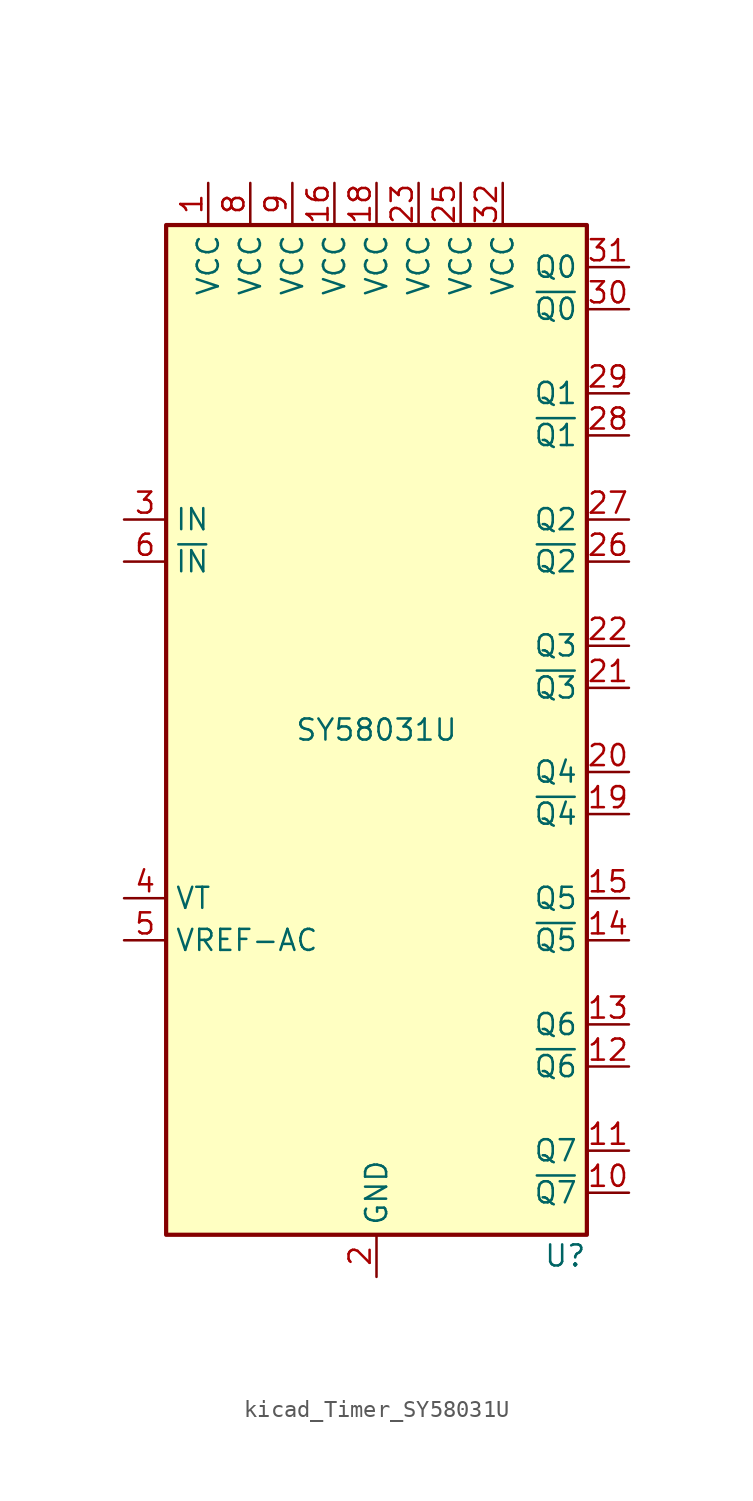
<source format=kicad_sym>
(kicad_symbol_lib
  (version 20220914)
  (generator kicad_symbol_editor)
  (symbol "kicad_Timer_SY58031U"
    (property "Reference" "U"
      (at 12.7 -31.75 0)
      (effects (font (size 1.27 1.27)) (justify right)))
    (property "Value" "SY58031U"
      (at 0 0 0)
      (effects (font (size 1.27 1.27))))
    (symbol "kicad_Timer_SY58031U_0_1"
      (rectangle (start 12.7 30.48) (end -12.7 -30.48) (stroke (width 0.254) (type default)) (fill (type background))))
    (symbol "kicad_Timer_SY58031U_1_1"
      (pin power_in line (at -10.16 33.02 270) (length 2.54) (name "VCC" (effects (font (size 1.27 1.27)))) (number "1" (effects (font (size 1.27 1.27)))))
      (pin output line (at 15.24 -27.94 180) (length 2.54) (name "~{Q7}" (effects (font (size 1.27 1.27)))) (number "10" (effects (font (size 1.27 1.27)))))
      (pin output line (at 15.24 -25.4 180) (length 2.54) (name "Q7" (effects (font (size 1.27 1.27)))) (number "11" (effects (font (size 1.27 1.27)))))
      (pin output line (at 15.24 -20.32 180) (length 2.54) (name "~{Q6}" (effects (font (size 1.27 1.27)))) (number "12" (effects (font (size 1.27 1.27)))))
      (pin output line (at 15.24 -17.78 180) (length 2.54) (name "Q6" (effects (font (size 1.27 1.27)))) (number "13" (effects (font (size 1.27 1.27)))))
      (pin output line (at 15.24 -12.7 180) (length 2.54) (name "~{Q5}" (effects (font (size 1.27 1.27)))) (number "14" (effects (font (size 1.27 1.27)))))
      (pin output line (at 15.24 -10.16 180) (length 2.54) (name "Q5" (effects (font (size 1.27 1.27)))) (number "15" (effects (font (size 1.27 1.27)))))
      (pin power_in line (at -2.54 33.02 270) (length 2.54) (name "VCC" (effects (font (size 1.27 1.27)))) (number "16" (effects (font (size 1.27 1.27)))))
      (pin passive line (at 0 -33.02 90) (length 2.54) hide (name "GND" (effects (font (size 1.27 1.27)))) (number "17" (effects (font (size 1.27 1.27)))))
      (pin power_in line (at 0 33.02 270) (length 2.54) (name "VCC" (effects (font (size 1.27 1.27)))) (number "18" (effects (font (size 1.27 1.27)))))
      (pin output line (at 15.24 -5.08 180) (length 2.54) (name "~{Q4}" (effects (font (size 1.27 1.27)))) (number "19" (effects (font (size 1.27 1.27)))))
      (pin power_in line (at 0 -33.02 90) (length 2.54) (name "GND" (effects (font (size 1.27 1.27)))) (number "2" (effects (font (size 1.27 1.27)))))
      (pin output line (at 15.24 -2.54 180) (length 2.54) (name "Q4" (effects (font (size 1.27 1.27)))) (number "20" (effects (font (size 1.27 1.27)))))
      (pin output line (at 15.24 2.54 180) (length 2.54) (name "~{Q3}" (effects (font (size 1.27 1.27)))) (number "21" (effects (font (size 1.27 1.27)))))
      (pin output line (at 15.24 5.08 180) (length 2.54) (name "Q3" (effects (font (size 1.27 1.27)))) (number "22" (effects (font (size 1.27 1.27)))))
      (pin power_in line (at 2.54 33.02 270) (length 2.54) (name "VCC" (effects (font (size 1.27 1.27)))) (number "23" (effects (font (size 1.27 1.27)))))
      (pin passive line (at 0 -33.02 90) (length 2.54) hide (name "GND" (effects (font (size 1.27 1.27)))) (number "24" (effects (font (size 1.27 1.27)))))
      (pin power_in line (at 5.08 33.02 270) (length 2.54) (name "VCC" (effects (font (size 1.27 1.27)))) (number "25" (effects (font (size 1.27 1.27)))))
      (pin output line (at 15.24 10.16 180) (length 2.54) (name "~{Q2}" (effects (font (size 1.27 1.27)))) (number "26" (effects (font (size 1.27 1.27)))))
      (pin output line (at 15.24 12.7 180) (length 2.54) (name "Q2" (effects (font (size 1.27 1.27)))) (number "27" (effects (font (size 1.27 1.27)))))
      (pin output line (at 15.24 17.78 180) (length 2.54) (name "~{Q1}" (effects (font (size 1.27 1.27)))) (number "28" (effects (font (size 1.27 1.27)))))
      (pin output line (at 15.24 20.32 180) (length 2.54) (name "Q1" (effects (font (size 1.27 1.27)))) (number "29" (effects (font (size 1.27 1.27)))))
      (pin input line (at -15.24 12.7 0) (length 2.54) (name "IN" (effects (font (size 1.27 1.27)))) (number "3" (effects (font (size 1.27 1.27)))))
      (pin output line (at 15.24 25.4 180) (length 2.54) (name "~{Q0}" (effects (font (size 1.27 1.27)))) (number "30" (effects (font (size 1.27 1.27)))))
      (pin output line (at 15.24 27.94 180) (length 2.54) (name "Q0" (effects (font (size 1.27 1.27)))) (number "31" (effects (font (size 1.27 1.27)))))
      (pin power_in line (at 7.62 33.02 270) (length 2.54) (name "VCC" (effects (font (size 1.27 1.27)))) (number "32" (effects (font (size 1.27 1.27)))))
      (pin passive line (at 0 -33.02 90) (length 2.54) hide (name "GND" (effects (font (size 1.27 1.27)))) (number "33" (effects (font (size 1.27 1.27)))))
      (pin passive line (at -15.24 -10.16 0) (length 2.54) (name "VT" (effects (font (size 1.27 1.27)))) (number "4" (effects (font (size 1.27 1.27)))))
      (pin passive line (at -15.24 -12.7 0) (length 2.54) (name "VREF-AC" (effects (font (size 1.27 1.27)))) (number "5" (effects (font (size 1.27 1.27)))))
      (pin input line (at -15.24 10.16 0) (length 2.54) (name "~{IN}" (effects (font (size 1.27 1.27)))) (number "6" (effects (font (size 1.27 1.27)))))
      (pin passive line (at 0 -33.02 90) (length 2.54) hide (name "GND" (effects (font (size 1.27 1.27)))) (number "7" (effects (font (size 1.27 1.27)))))
      (pin power_in line (at -7.62 33.02 270) (length 2.54) (name "VCC" (effects (font (size 1.27 1.27)))) (number "8" (effects (font (size 1.27 1.27)))))
      (pin power_in line (at -5.08 33.02 270) (length 2.54) (name "VCC" (effects (font (size 1.27 1.27)))) (number "9" (effects (font (size 1.27 1.27))))))))
</source>
